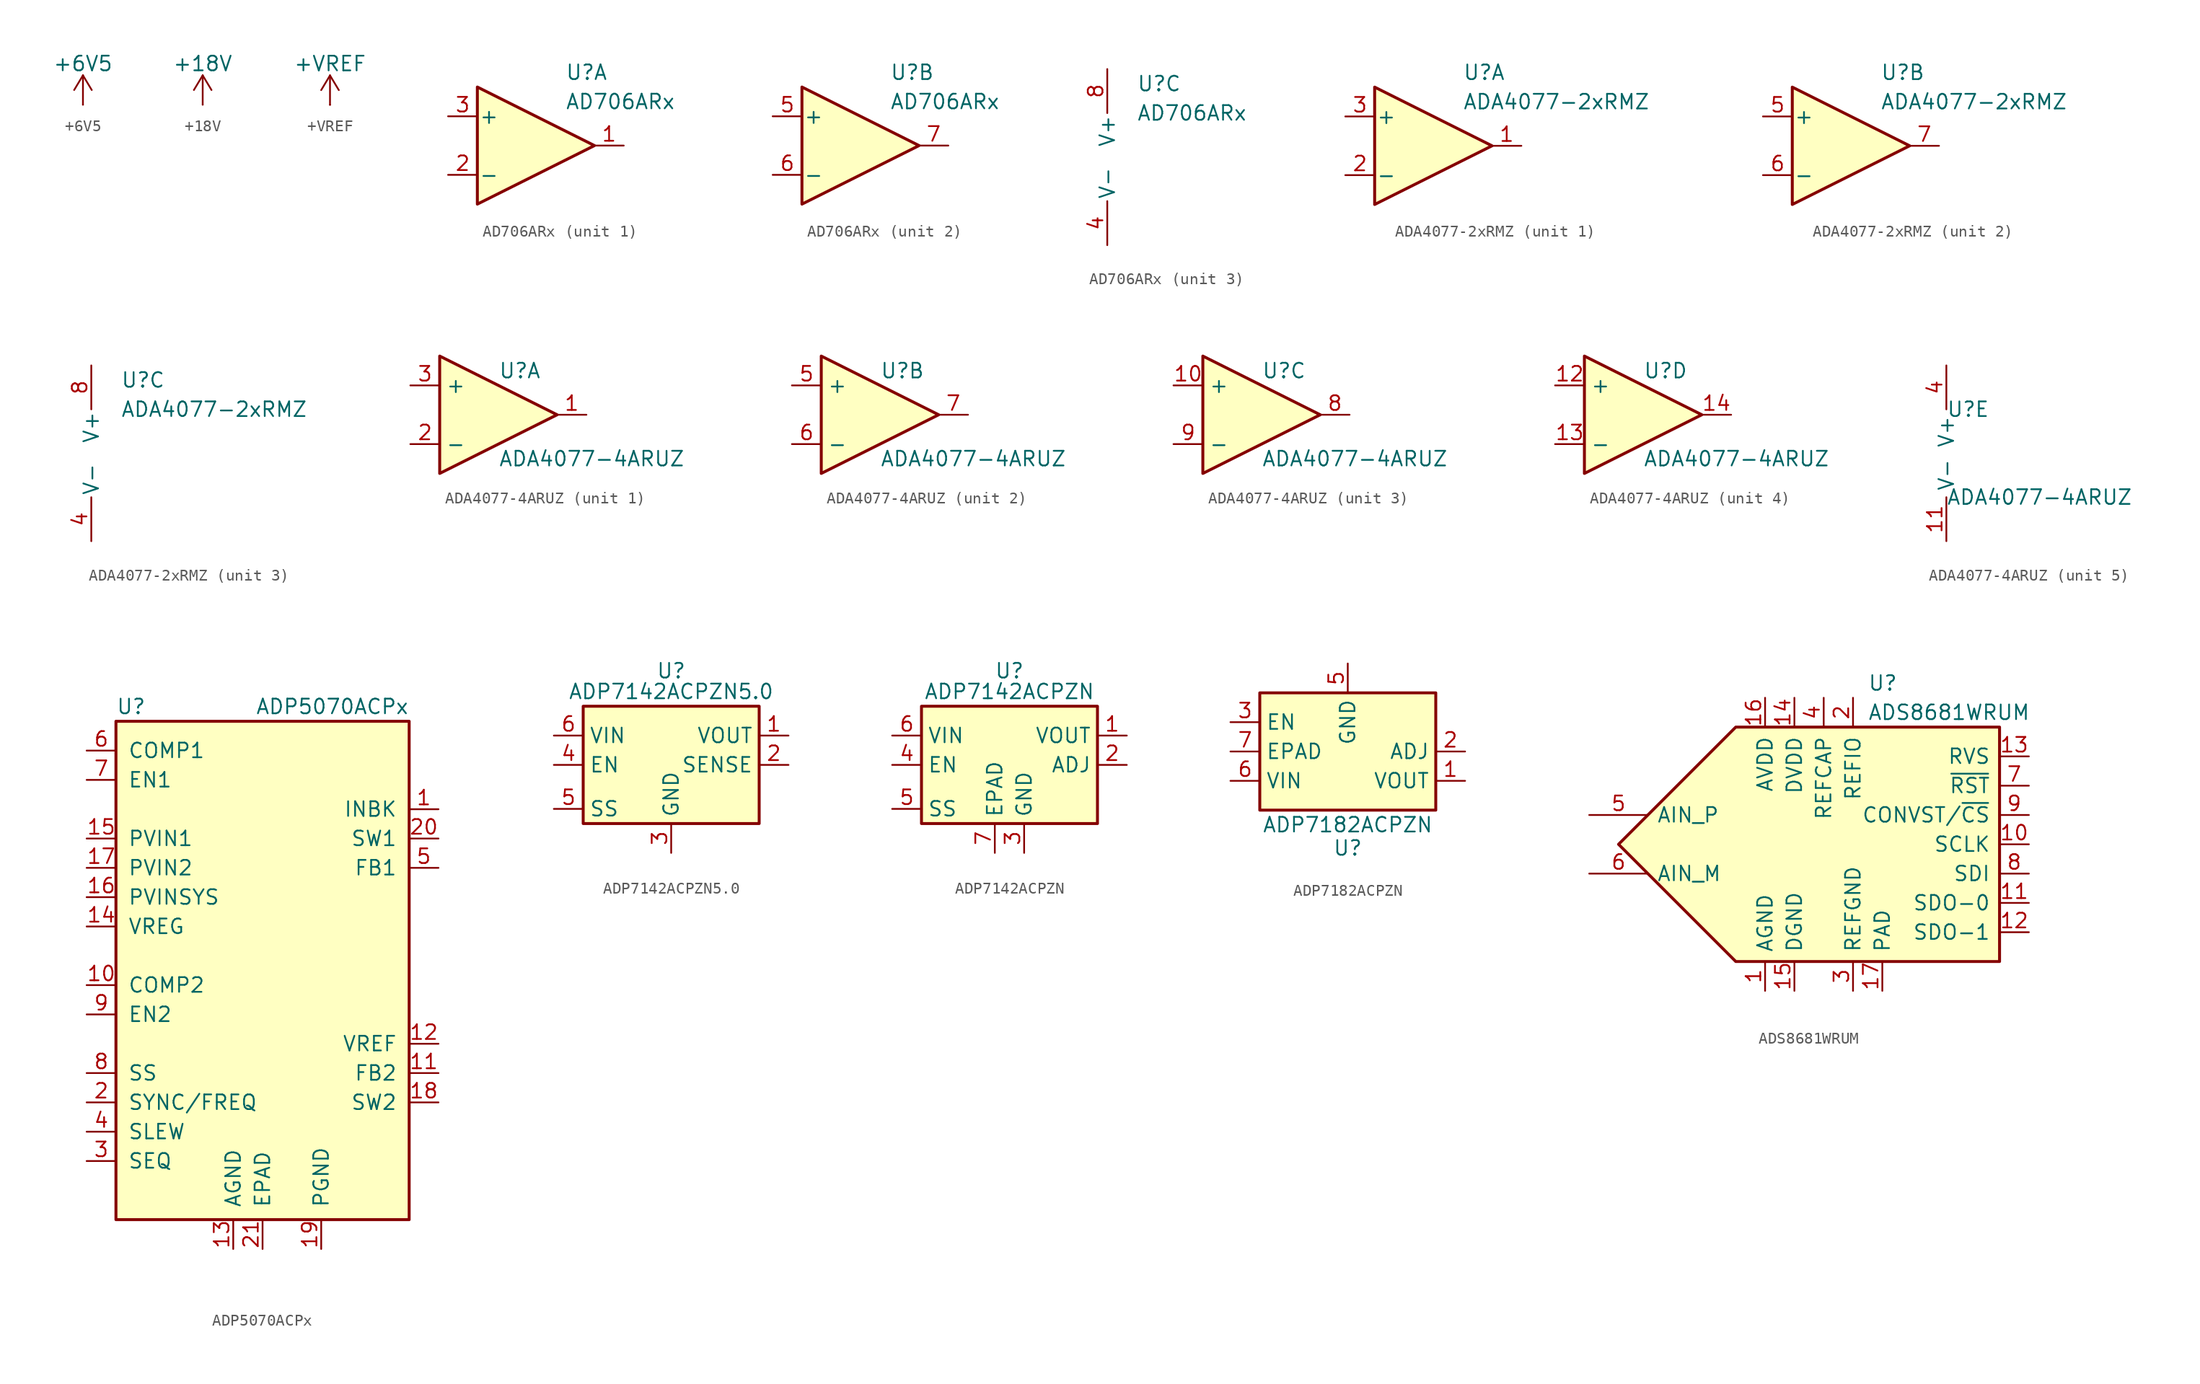
<source format=kicad_sym>
(kicad_symbol_lib
  (version 20241209)
  (generator "kicad_symbol_editor")
  (generator_version "9.0")
  (symbol "+6V5"
    (power)
    (pin_numbers
      (hide yes))
    (pin_names
      (offset 0)
      (hide yes))
    (property "Reference" "#PWR"
      (at 0 -3.81 0)
      (effects (font (size 1.27 1.27)) (hide yes)))
    (property "Value" "+6V5"
      (at 0 3.556 0)
      (effects (font (size 1.27 1.27))))
    (symbol "+6V5_0_1"
      (polyline (pts (xy -0.762 1.27) (xy 0 2.54)) (stroke (width 0) (type default)) (fill (type none)))
      (polyline (pts (xy 0 2.54) (xy 0.762 1.27)) (stroke (width 0) (type default)) (fill (type none)))
      (polyline (pts (xy 0 0) (xy 0 2.54)) (stroke (width 0) (type default)) (fill (type none))))
    (symbol "+6V5_1_1"
      (pin power_in line (at 0 0 90) (length 0) (name "~" (effects (font (size 1.27 1.27)))) (number "1" (effects (font (size 1.27 1.27)))))))
  (symbol "+18V"
    (power)
    (pin_numbers
      (hide yes))
    (pin_names
      (offset 0)
      (hide yes))
    (property "Reference" "#PWR"
      (at 0 -3.81 0)
      (effects (font (size 1.27 1.27)) (hide yes)))
    (property "Value" "+18V"
      (at 0 3.556 0)
      (effects (font (size 1.27 1.27))))
    (symbol "+18V_0_1"
      (polyline (pts (xy -0.762 1.27) (xy 0 2.54)) (stroke (width 0) (type default)) (fill (type none)))
      (polyline (pts (xy 0 2.54) (xy 0.762 1.27)) (stroke (width 0) (type default)) (fill (type none)))
      (polyline (pts (xy 0 0) (xy 0 2.54)) (stroke (width 0) (type default)) (fill (type none))))
    (symbol "+18V_1_1"
      (pin power_in line (at 0 0 90) (length 0) (name "~" (effects (font (size 1.27 1.27)))) (number "1" (effects (font (size 1.27 1.27)))))))
  (symbol "+VREF"
    (power)
    (pin_numbers
      (hide yes))
    (pin_names
      (offset 0)
      (hide yes))
    (property "Reference" "#PWR"
      (at 0 -3.81 0)
      (effects (font (size 1.27 1.27)) (hide yes)))
    (property "Value" "+VREF"
      (at 0 3.556 0)
      (effects (font (size 1.27 1.27))))
    (symbol "+VREF_0_1"
      (polyline (pts (xy -0.762 1.27) (xy 0 2.54)) (stroke (width 0) (type default)) (fill (type none)))
      (polyline (pts (xy 0 2.54) (xy 0.762 1.27)) (stroke (width 0) (type default)) (fill (type none)))
      (polyline (pts (xy 0 0) (xy 0 2.54)) (stroke (width 0) (type default)) (fill (type none))))
    (symbol "+VREF_1_1"
      (pin power_in line (at 0 0 90) (length 0) (name "~" (effects (font (size 1.27 1.27)))) (number "1" (effects (font (size 1.27 1.27)))))))
  (symbol "AD706ARx"
    (pin_names
      (offset 0.127))
    (property "Reference" "U"
      (at 2.54 6.35 0)
      (effects (font (size 1.27 1.27)) (justify left)))
    (property "Value" "AD706ARx"
      (at 2.54 3.81 0)
      (effects (font (size 1.27 1.27)) (justify left)))
    (property "ki_locked" ""
      (at 0 0 0)
      (effects (font (size 1.27 1.27))))
    (symbol "AD706ARx_1_1"
      (polyline (pts (xy 5.08 0) (xy -5.08 5.08) (xy -5.08 -5.08) (xy 5.08 0)) (stroke (width 0.254) (type default)) (fill (type background)))
      (pin input line (at -7.62 2.54 0) (length 2.54) (name "+" (effects (font (size 1.27 1.27)))) (number "3" (effects (font (size 1.27 1.27)))))
      (pin input line (at -7.62 -2.54 0) (length 2.54) (name "-" (effects (font (size 1.27 1.27)))) (number "2" (effects (font (size 1.27 1.27)))))
      (pin output line (at 7.62 0 180) (length 2.54) (name "~" (effects (font (size 1.27 1.27)))) (number "1" (effects (font (size 1.27 1.27))))))
    (symbol "AD706ARx_2_1"
      (polyline (pts (xy 5.08 0) (xy -5.08 5.08) (xy -5.08 -5.08) (xy 5.08 0)) (stroke (width 0.254) (type default)) (fill (type background)))
      (pin input line (at -7.62 2.54 0) (length 2.54) (name "+" (effects (font (size 1.27 1.27)))) (number "5" (effects (font (size 1.27 1.27)))))
      (pin input line (at -7.62 -2.54 0) (length 2.54) (name "-" (effects (font (size 1.27 1.27)))) (number "6" (effects (font (size 1.27 1.27)))))
      (pin output line (at 7.62 0 180) (length 2.54) (name "~" (effects (font (size 1.27 1.27)))) (number "7" (effects (font (size 1.27 1.27))))))
    (symbol "AD706ARx_3_1"
      (pin power_in line (at 0 7.62 270) (length 3.81) (name "V+" (effects (font (size 1.27 1.27)))) (number "8" (effects (font (size 1.27 1.27)))))
      (pin power_in line (at 0 -7.62 90) (length 3.81) (name "V-" (effects (font (size 1.27 1.27)))) (number "4" (effects (font (size 1.27 1.27)))))))
  (symbol "ADA4077-2xRMZ"
    (pin_names
      (offset 0.127))
    (property "Reference" "U"
      (at 2.54 6.35 0)
      (effects (font (size 1.27 1.27)) (justify left)))
    (property "Value" "ADA4077-2xRMZ"
      (at 2.54 3.81 0)
      (effects (font (size 1.27 1.27)) (justify left)))
    (property "ki_locked" ""
      (at 0 0 0)
      (effects (font (size 1.27 1.27))))
    (symbol "ADA4077-2xRMZ_1_1"
      (polyline (pts (xy 5.08 0) (xy -5.08 5.08) (xy -5.08 -5.08) (xy 5.08 0)) (stroke (width 0.254) (type default)) (fill (type background)))
      (pin input line (at -7.62 2.54 0) (length 2.54) (name "+" (effects (font (size 1.27 1.27)))) (number "3" (effects (font (size 1.27 1.27)))))
      (pin input line (at -7.62 -2.54 0) (length 2.54) (name "-" (effects (font (size 1.27 1.27)))) (number "2" (effects (font (size 1.27 1.27)))))
      (pin output line (at 7.62 0 180) (length 2.54) (name "~" (effects (font (size 1.27 1.27)))) (number "1" (effects (font (size 1.27 1.27))))))
    (symbol "ADA4077-2xRMZ_2_1"
      (polyline (pts (xy 5.08 0) (xy -5.08 5.08) (xy -5.08 -5.08) (xy 5.08 0)) (stroke (width 0.254) (type default)) (fill (type background)))
      (pin input line (at -7.62 2.54 0) (length 2.54) (name "+" (effects (font (size 1.27 1.27)))) (number "5" (effects (font (size 1.27 1.27)))))
      (pin input line (at -7.62 -2.54 0) (length 2.54) (name "-" (effects (font (size 1.27 1.27)))) (number "6" (effects (font (size 1.27 1.27)))))
      (pin output line (at 7.62 0 180) (length 2.54) (name "~" (effects (font (size 1.27 1.27)))) (number "7" (effects (font (size 1.27 1.27))))))
    (symbol "ADA4077-2xRMZ_3_1"
      (pin power_in line (at 0 7.62 270) (length 3.81) (name "V+" (effects (font (size 1.27 1.27)))) (number "8" (effects (font (size 1.27 1.27)))))
      (pin power_in line (at 0 -7.62 90) (length 3.81) (name "V-" (effects (font (size 1.27 1.27)))) (number "4" (effects (font (size 1.27 1.27)))))))
  (symbol "ADA4077-4ARUZ"
    (property "Reference" "U"
      (at 0 3.81 0)
      (effects (font (size 1.27 1.27)) (justify left)))
    (property "Value" "ADA4077-4ARUZ"
      (at 0 -3.81 0)
      (effects (font (size 1.27 1.27)) (justify left)))
    (property "ki_locked" ""
      (at 0 0 0)
      (effects (font (size 1.27 1.27))))
    (symbol "ADA4077-4ARUZ_1_1"
      (polyline (pts (xy -5.08 5.08) (xy 5.08 0) (xy -5.08 -5.08) (xy -5.08 5.08)) (stroke (width 0.254) (type default)) (fill (type background)))
      (pin input line (at -7.62 2.54 0) (length 2.54) (name "+" (effects (font (size 1.27 1.27)))) (number "3" (effects (font (size 1.27 1.27)))))
      (pin input line (at -7.62 -2.54 0) (length 2.54) (name "-" (effects (font (size 1.27 1.27)))) (number "2" (effects (font (size 1.27 1.27)))))
      (pin output line (at 7.62 0 180) (length 2.54) (name "~" (effects (font (size 1.27 1.27)))) (number "1" (effects (font (size 1.27 1.27))))))
    (symbol "ADA4077-4ARUZ_2_1"
      (polyline (pts (xy -5.08 5.08) (xy 5.08 0) (xy -5.08 -5.08) (xy -5.08 5.08)) (stroke (width 0.254) (type default)) (fill (type background)))
      (pin input line (at -7.62 2.54 0) (length 2.54) (name "+" (effects (font (size 1.27 1.27)))) (number "5" (effects (font (size 1.27 1.27)))))
      (pin input line (at -7.62 -2.54 0) (length 2.54) (name "-" (effects (font (size 1.27 1.27)))) (number "6" (effects (font (size 1.27 1.27)))))
      (pin output line (at 7.62 0 180) (length 2.54) (name "~" (effects (font (size 1.27 1.27)))) (number "7" (effects (font (size 1.27 1.27))))))
    (symbol "ADA4077-4ARUZ_3_1"
      (polyline (pts (xy -5.08 5.08) (xy 5.08 0) (xy -5.08 -5.08) (xy -5.08 5.08)) (stroke (width 0.254) (type default)) (fill (type background)))
      (pin input line (at -7.62 2.54 0) (length 2.54) (name "+" (effects (font (size 1.27 1.27)))) (number "10" (effects (font (size 1.27 1.27)))))
      (pin input line (at -7.62 -2.54 0) (length 2.54) (name "-" (effects (font (size 1.27 1.27)))) (number "9" (effects (font (size 1.27 1.27)))))
      (pin output line (at 7.62 0 180) (length 2.54) (name "~" (effects (font (size 1.27 1.27)))) (number "8" (effects (font (size 1.27 1.27))))))
    (symbol "ADA4077-4ARUZ_4_1"
      (polyline (pts (xy -5.08 5.08) (xy 5.08 0) (xy -5.08 -5.08) (xy -5.08 5.08)) (stroke (width 0.254) (type default)) (fill (type background)))
      (pin input line (at -7.62 2.54 0) (length 2.54) (name "+" (effects (font (size 1.27 1.27)))) (number "12" (effects (font (size 1.27 1.27)))))
      (pin input line (at -7.62 -2.54 0) (length 2.54) (name "-" (effects (font (size 1.27 1.27)))) (number "13" (effects (font (size 1.27 1.27)))))
      (pin output line (at 7.62 0 180) (length 2.54) (name "~" (effects (font (size 1.27 1.27)))) (number "14" (effects (font (size 1.27 1.27))))))
    (symbol "ADA4077-4ARUZ_5_1"
      (pin power_in line (at 0 7.62 270) (length 3.81) (name "V+" (effects (font (size 1.27 1.27)))) (number "4" (effects (font (size 1.27 1.27)))))
      (pin power_in line (at 0 -7.62 90) (length 3.81) (name "V-" (effects (font (size 1.27 1.27)))) (number "11" (effects (font (size 1.27 1.27)))))))
  (symbol "ADP5070ACPx"
    (pin_names
      (offset 1.016))
    (property "Reference" "U"
      (at -12.7 24.13 0)
      (effects (font (size 1.27 1.27)) (justify left)))
    (property "Value" "ADP5070ACPx"
      (at 12.7 24.13 0)
      (effects (font (size 1.27 1.27)) (justify right)))
    (symbol "ADP5070ACPx_0_1"
      (rectangle (start -12.7 22.86) (end 12.7 -20.32) (stroke (width 0.254) (type default)) (fill (type background))))
    (symbol "ADP5070ACPx_1_1"
      (pin passive line (at -15.24 20.32 0) (length 2.54) (name "COMP1" (effects (font (size 1.27 1.27)))) (number "6" (effects (font (size 1.27 1.27)))))
      (pin input line (at -15.24 17.78 0) (length 2.54) (name "EN1" (effects (font (size 1.27 1.27)))) (number "7" (effects (font (size 1.27 1.27)))))
      (pin power_in line (at -15.24 12.7 0) (length 2.54) (name "PVIN1" (effects (font (size 1.27 1.27)))) (number "15" (effects (font (size 1.27 1.27)))))
      (pin power_in line (at -15.24 10.16 0) (length 2.54) (name "PVIN2" (effects (font (size 1.27 1.27)))) (number "17" (effects (font (size 1.27 1.27)))))
      (pin power_in line (at -15.24 7.62 0) (length 2.54) (name "PVINSYS" (effects (font (size 1.27 1.27)))) (number "16" (effects (font (size 1.27 1.27)))))
      (pin output line (at -15.24 5.08 0) (length 2.54) (name "VREG" (effects (font (size 1.27 1.27)))) (number "14" (effects (font (size 1.27 1.27)))))
      (pin passive line (at -15.24 0 0) (length 2.54) (name "COMP2" (effects (font (size 1.27 1.27)))) (number "10" (effects (font (size 1.27 1.27)))))
      (pin input line (at -15.24 -2.54 0) (length 2.54) (name "EN2" (effects (font (size 1.27 1.27)))) (number "9" (effects (font (size 1.27 1.27)))))
      (pin passive line (at -15.24 -7.62 0) (length 2.54) (name "SS" (effects (font (size 1.27 1.27)))) (number "8" (effects (font (size 1.27 1.27)))))
      (pin input line (at -15.24 -10.16 0) (length 2.54) (name "SYNC/FREQ" (effects (font (size 1.27 1.27)))) (number "2" (effects (font (size 1.27 1.27)))))
      (pin input line (at -15.24 -12.7 0) (length 2.54) (name "SLEW" (effects (font (size 1.27 1.27)))) (number "4" (effects (font (size 1.27 1.27)))))
      (pin input line (at -15.24 -15.24 0) (length 2.54) (name "SEQ" (effects (font (size 1.27 1.27)))) (number "3" (effects (font (size 1.27 1.27)))))
      (pin power_in line (at -2.54 -22.86 90) (length 2.54) (name "AGND" (effects (font (size 1.27 1.27)))) (number "13" (effects (font (size 1.27 1.27)))))
      (pin power_in line (at 0 -22.86 90) (length 2.54) (name "EPAD" (effects (font (size 1.27 1.27)))) (number "21" (effects (font (size 1.27 1.27)))))
      (pin power_in line (at 5.08 -22.86 90) (length 2.54) (name "PGND" (effects (font (size 1.27 1.27)))) (number "19" (effects (font (size 1.27 1.27)))))
      (pin power_out line (at 15.24 15.24 180) (length 2.54) (name "INBK" (effects (font (size 1.27 1.27)))) (number "1" (effects (font (size 1.27 1.27)))))
      (pin power_out line (at 15.24 12.7 180) (length 2.54) (name "SW1" (effects (font (size 1.27 1.27)))) (number "20" (effects (font (size 1.27 1.27)))))
      (pin input line (at 15.24 10.16 180) (length 2.54) (name "FB1" (effects (font (size 1.27 1.27)))) (number "5" (effects (font (size 1.27 1.27)))))
      (pin output line (at 15.24 -5.08 180) (length 2.54) (name "VREF" (effects (font (size 1.27 1.27)))) (number "12" (effects (font (size 1.27 1.27)))))
      (pin input line (at 15.24 -7.62 180) (length 2.54) (name "FB2" (effects (font (size 1.27 1.27)))) (number "11" (effects (font (size 1.27 1.27)))))
      (pin power_out line (at 15.24 -10.16 180) (length 2.54) (name "SW2" (effects (font (size 1.27 1.27)))) (number "18" (effects (font (size 1.27 1.27)))))))
  (symbol "ADP7142ACPZN5.0"
    (property "Reference" "U"
      (at 0 8.89 0)
      (effects (font (size 1.27 1.27)) (justify top)))
    (property "Value" "ADP7142ACPZN5.0"
      (at 0 6.35 0)
      (effects (font (size 1.27 1.27))))
    (symbol "ADP7142ACPZN5.0_0_1"
      (rectangle (start -7.62 5.08) (end 7.62 -5.08) (stroke (width 0.254) (type default)) (fill (type background))))
    (symbol "ADP7142ACPZN5.0_1_1"
      (pin power_in line (at -10.16 2.54 0) (length 2.54) (name "VIN" (effects (font (size 1.27 1.27)))) (number "6" (effects (font (size 1.27 1.27)))))
      (pin input line (at -10.16 0 0) (length 2.54) (name "EN" (effects (font (size 1.27 1.27)))) (number "4" (effects (font (size 1.27 1.27)))))
      (pin input line (at -10.16 -3.81 0) (length 2.54) (name "SS" (effects (font (size 1.27 1.27)))) (number "5" (effects (font (size 1.27 1.27)))))
      (pin power_in line (at 0 -7.62 90) (length 2.54) (name "GND" (effects (font (size 1.27 1.27)))) (number "3" (effects (font (size 1.27 1.27)))))
      (pin power_in line (at 0 -7.62 90) (length 2.54) (hide yes) (name "EPAD" (effects (font (size 1.27 1.27)))) (number "7" (effects (font (size 1.27 1.27)))))
      (pin power_out line (at 10.16 2.54 180) (length 2.54) (name "VOUT" (effects (font (size 1.27 1.27)))) (number "1" (effects (font (size 1.27 1.27)))))
      (pin input line (at 10.16 0 180) (length 2.54) (name "SENSE" (effects (font (size 1.27 1.27)))) (number "2" (effects (font (size 1.27 1.27)))))))
  (symbol "ADP7142ACPZN"
    (property "Reference" "U"
      (at 0 8.89 0)
      (effects (font (size 1.27 1.27)) (justify top)))
    (property "Value" "ADP7142ACPZN"
      (at 0 6.35 0)
      (effects (font (size 1.27 1.27))))
    (symbol "ADP7142ACPZN_0_1"
      (rectangle (start -7.62 5.08) (end 7.62 -5.08) (stroke (width 0.254) (type default)) (fill (type background))))
    (symbol "ADP7142ACPZN_1_1"
      (pin power_in line (at -10.16 2.54 0) (length 2.54) (name "VIN" (effects (font (size 1.27 1.27)))) (number "6" (effects (font (size 1.27 1.27)))))
      (pin input line (at -10.16 0 0) (length 2.54) (name "EN" (effects (font (size 1.27 1.27)))) (number "4" (effects (font (size 1.27 1.27)))))
      (pin input line (at -10.16 -3.81 0) (length 2.54) (name "SS" (effects (font (size 1.27 1.27)))) (number "5" (effects (font (size 1.27 1.27)))))
      (pin power_in line (at -1.27 -7.62 90) (length 2.54) (name "EPAD" (effects (font (size 1.27 1.27)))) (number "7" (effects (font (size 1.27 1.27)))))
      (pin power_in line (at 1.27 -7.62 90) (length 2.54) (name "GND" (effects (font (size 1.27 1.27)))) (number "3" (effects (font (size 1.27 1.27)))))
      (pin power_out line (at 10.16 2.54 180) (length 2.54) (name "VOUT" (effects (font (size 1.27 1.27)))) (number "1" (effects (font (size 1.27 1.27)))))
      (pin input line (at 10.16 0 180) (length 2.54) (name "ADJ" (effects (font (size 1.27 1.27)))) (number "2" (effects (font (size 1.27 1.27)))))))
  (symbol "ADP7182ACPZN"
    (property "Reference" "U"
      (at 0 -7.62 0)
      (effects (font (size 1.27 1.27)) (justify top)))
    (property "Value" "ADP7182ACPZN"
      (at 0 -6.35 0)
      (effects (font (size 1.27 1.27))))
    (symbol "ADP7182ACPZN_0_1"
      (rectangle (start -7.62 5.08) (end 7.62 -5.08) (stroke (width 0.254) (type default)) (fill (type background))))
    (symbol "ADP7182ACPZN_1_1"
      (pin input line (at -10.16 2.54 0) (length 2.54) (name "EN" (effects (font (size 1.27 1.27)))) (number "3" (effects (font (size 1.27 1.27)))))
      (pin power_in line (at -10.16 0 0) (length 2.54) (name "EPAD" (effects (font (size 1.27 1.27)))) (number "7" (effects (font (size 1.27 1.27)))))
      (pin power_in line (at -10.16 -2.54 0) (length 2.54) (name "VIN" (effects (font (size 1.27 1.27)))) (number "6" (effects (font (size 1.27 1.27)))))
      (pin power_in line (at 0 7.62 270) (length 2.54) (name "GND" (effects (font (size 1.27 1.27)))) (number "5" (effects (font (size 1.27 1.27)))))
      (pin no_connect non_logic (at 7.62 2.54 180) (length 0) (hide yes) (name "NC" (effects (font (size 1.27 1.27)))) (number "4" (effects (font (size 1.27 1.27)))))
      (pin input line (at 10.16 0 180) (length 2.54) (name "ADJ" (effects (font (size 1.27 1.27)))) (number "2" (effects (font (size 1.27 1.27)))))
      (pin power_out line (at 10.16 -2.54 180) (length 2.54) (name "VOUT" (effects (font (size 1.27 1.27)))) (number "1" (effects (font (size 1.27 1.27)))))))
  (symbol "ADS8681WRUM"
    (pin_names
      (offset 0.762))
    (property "Reference" "U"
      (at 6.35 13.97 0)
      (effects (font (size 1.27 1.27)) (justify left)))
    (property "Value" "ADS8681WRUM"
      (at 6.35 11.43 0)
      (effects (font (size 1.27 1.27)) (justify left)))
    (symbol "ADS8681WRUM_0_1"
      (polyline (pts (xy -5.08 10.16) (xy 17.78 10.16) (xy 17.78 -10.16) (xy -5.08 -10.16) (xy -15.24 0) (xy -5.08 10.16)) (stroke (width 0.254) (type default)) (fill (type background))))
    (symbol "ADS8681WRUM_1_1"
      (pin input line (at -17.78 2.54 0) (length 5.08) (name "AIN_P" (effects (font (size 1.27 1.27)))) (number "5" (effects (font (size 1.27 1.27)))))
      (pin input line (at -17.78 -2.54 0) (length 5.08) (name "AIN_M" (effects (font (size 1.27 1.27)))) (number "6" (effects (font (size 1.27 1.27)))))
      (pin power_in line (at -2.54 12.7 270) (length 2.54) (name "AVDD" (effects (font (size 1.27 1.27)))) (number "16" (effects (font (size 1.27 1.27)))))
      (pin power_in line (at -2.54 -12.7 90) (length 2.54) (name "AGND" (effects (font (size 1.27 1.27)))) (number "1" (effects (font (size 1.27 1.27)))))
      (pin power_in line (at 0 12.7 270) (length 2.54) (name "DVDD" (effects (font (size 1.27 1.27)))) (number "14" (effects (font (size 1.27 1.27)))))
      (pin power_in line (at 0 -12.7 90) (length 2.54) (name "DGND" (effects (font (size 1.27 1.27)))) (number "15" (effects (font (size 1.27 1.27)))))
      (pin power_in line (at 2.54 12.7 270) (length 2.54) (name "REFCAP" (effects (font (size 1.27 1.27)))) (number "4" (effects (font (size 1.27 1.27)))))
      (pin passive line (at 5.08 12.7 270) (length 2.54) (name "REFIO" (effects (font (size 1.27 1.27)))) (number "2" (effects (font (size 1.27 1.27)))))
      (pin power_in line (at 5.08 -12.7 90) (length 2.54) (name "REFGND" (effects (font (size 1.27 1.27)))) (number "3" (effects (font (size 1.27 1.27)))))
      (pin power_in line (at 7.62 -12.7 90) (length 2.54) (name "PAD" (effects (font (size 1.27 1.27)))) (number "17" (effects (font (size 1.27 1.27)))))
      (pin output line (at 20.32 7.62 180) (length 2.54) (name "RVS" (effects (font (size 1.27 1.27)))) (number "13" (effects (font (size 1.27 1.27)))))
      (pin input line (at 20.32 5.08 180) (length 2.54) (name "~{RST}" (effects (font (size 1.27 1.27)))) (number "7" (effects (font (size 1.27 1.27)))))
      (pin input line (at 20.32 2.54 180) (length 2.54) (name "CONVST/~{CS}" (effects (font (size 1.27 1.27)))) (number "9" (effects (font (size 1.27 1.27)))))
      (pin input line (at 20.32 0 180) (length 2.54) (name "SCLK" (effects (font (size 1.27 1.27)))) (number "10" (effects (font (size 1.27 1.27)))))
      (pin input line (at 20.32 -2.54 180) (length 2.54) (name "SDI" (effects (font (size 1.27 1.27)))) (number "8" (effects (font (size 1.27 1.27)))))
      (pin tri_state line (at 20.32 -5.08 180) (length 2.54) (name "SDO-0" (effects (font (size 1.27 1.27)))) (number "11" (effects (font (size 1.27 1.27)))))
      (pin tri_state line (at 20.32 -7.62 180) (length 2.54) (name "SDO-1" (effects (font (size 1.27 1.27)))) (number "12" (effects (font (size 1.27 1.27))))))))
</source>
